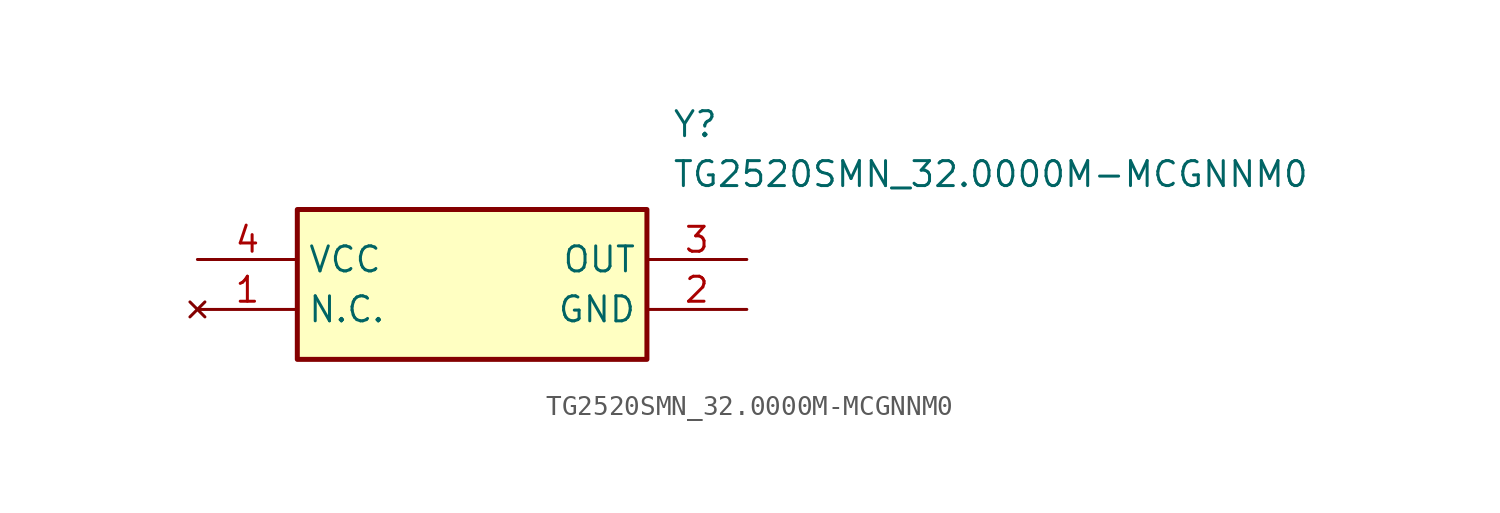
<source format=kicad_sym>
(kicad_symbol_lib
  (version 20211014)
  (generator SamacSys_ECAD_Model)
  (symbol "TG2520SMN_32.0000M-MCGNNM0"
    (property "Reference" "Y"
      (at 24.13 7.62 0)
      (effects (font (size 1.27 1.27)) (justify left top)))
    (property "Value" "TG2520SMN_32.0000M-MCGNNM0"
      (at 24.13 5.08 0)
      (effects (font (size 1.27 1.27)) (justify left top)))
    (rectangle
      (start 5.08 2.54)
      (end 22.86 -5.08)
      (stroke (width 0.254) (type default))
      (fill (type background)))
    (pin no_connect line
      (at 0 -2.54 0)
      (length 5.08)
      (name "N.C." (effects (font (size 1.27 1.27))))
      (number "1" (effects (font (size 1.27 1.27)))))
    (pin passive line
      (at 27.94 -2.54 180)
      (length 5.08)
      (name "GND" (effects (font (size 1.27 1.27))))
      (number "2" (effects (font (size 1.27 1.27)))))
    (pin passive line
      (at 27.94 0 180)
      (length 5.08)
      (name "OUT" (effects (font (size 1.27 1.27))))
      (number "3" (effects (font (size 1.27 1.27)))))
    (pin passive line
      (at 0 0 0)
      (length 5.08)
      (name "VCC" (effects (font (size 1.27 1.27))))
      (number "4" (effects (font (size 1.27 1.27)))))))
</source>
